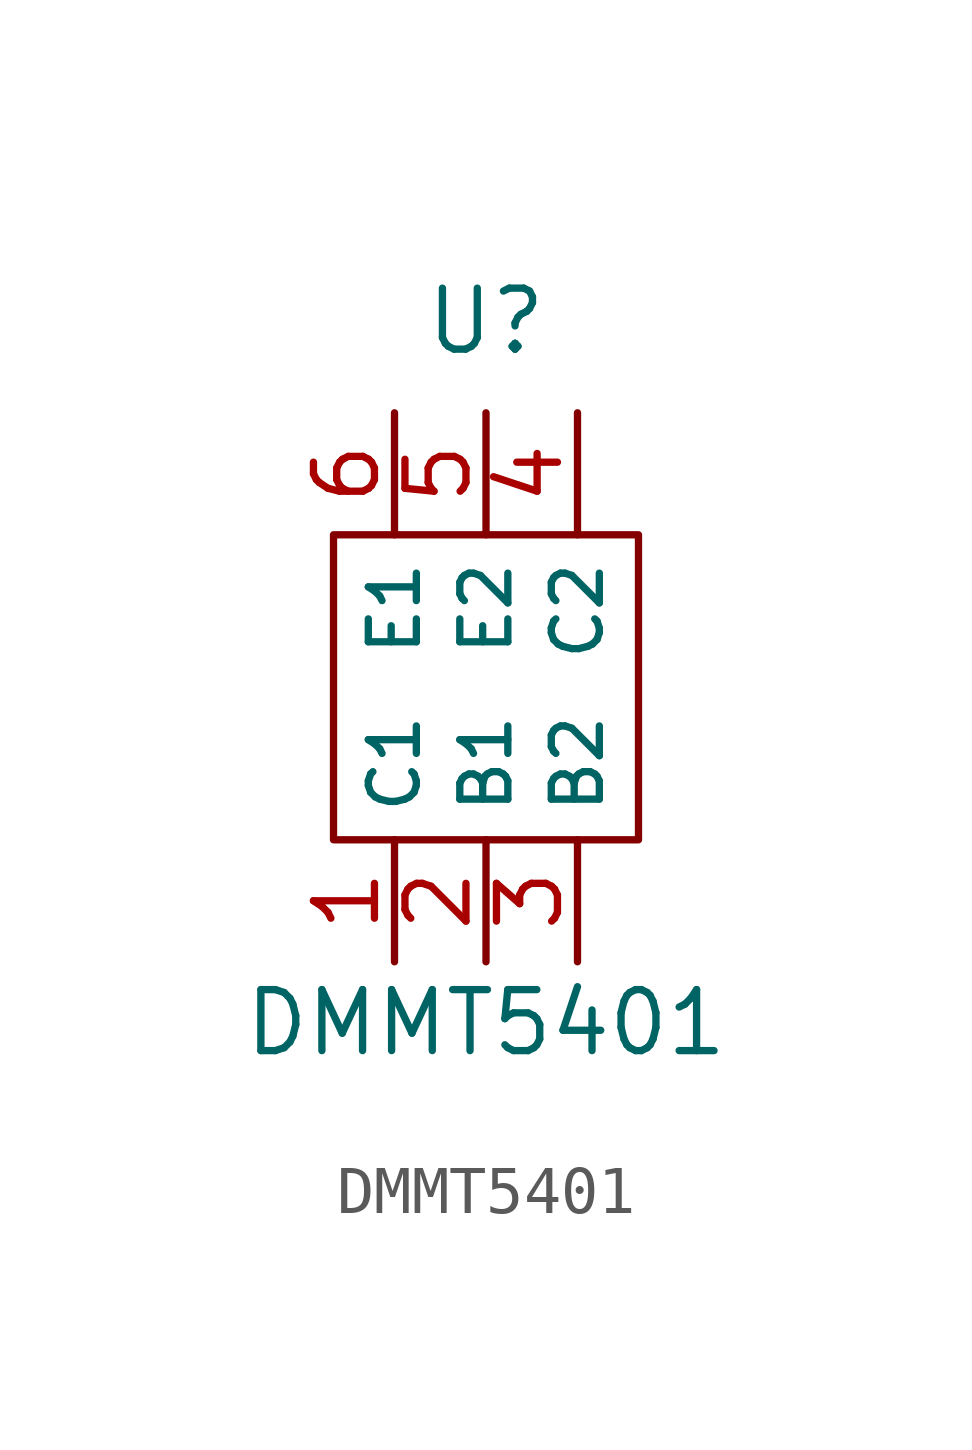
<source format=kicad_sym>
(kicad_symbol_lib
  (version 20211014)
  (generator kicad_symbol_editor)
  (symbol "DMMT5401"
    (property "Reference" "U"
      (at 0 8.89 0)
      (effects (font (size 1.27 1.27))))
    (property "Value" "DMMT5401"
      (at 0 -5.715 0)
      (effects (font (size 1.27 1.27))))
    (symbol "DMMT5401_0_1"
      (rectangle (start -3.175 4.445) (end 3.175 -1.905) (stroke (width 0) (type default) (color 0 0 0 0)) (fill (type none))))
    (symbol "DMMT5401_1_1"
      (pin input line (at -1.905 -4.445 90) (length 2.54) (name "C1" (effects (font (size 1 1)))) (number "1" (effects (font (size 1.27 1.27)))))
      (pin input line (at 0 -4.445 90) (length 2.54) (name "B1" (effects (font (size 1 1)))) (number "2" (effects (font (size 1.27 1.27)))))
      (pin input line (at 1.905 -4.445 90) (length 2.54) (name "B2" (effects (font (size 1 1)))) (number "3" (effects (font (size 1.27 1.27)))))
      (pin input line (at 1.905 6.985 270) (length 2.54) (name "C2" (effects (font (size 1 1)))) (number "4" (effects (font (size 1.27 1.27)))))
      (pin input line (at 0 6.985 270) (length 2.54) (name "E2" (effects (font (size 1 1)))) (number "5" (effects (font (size 1.27 1.27)))))
      (pin input line (at -1.905 6.985 270) (length 2.54) (name "E1" (effects (font (size 1 1)))) (number "6" (effects (font (size 1.27 1.27))))))))
</source>
